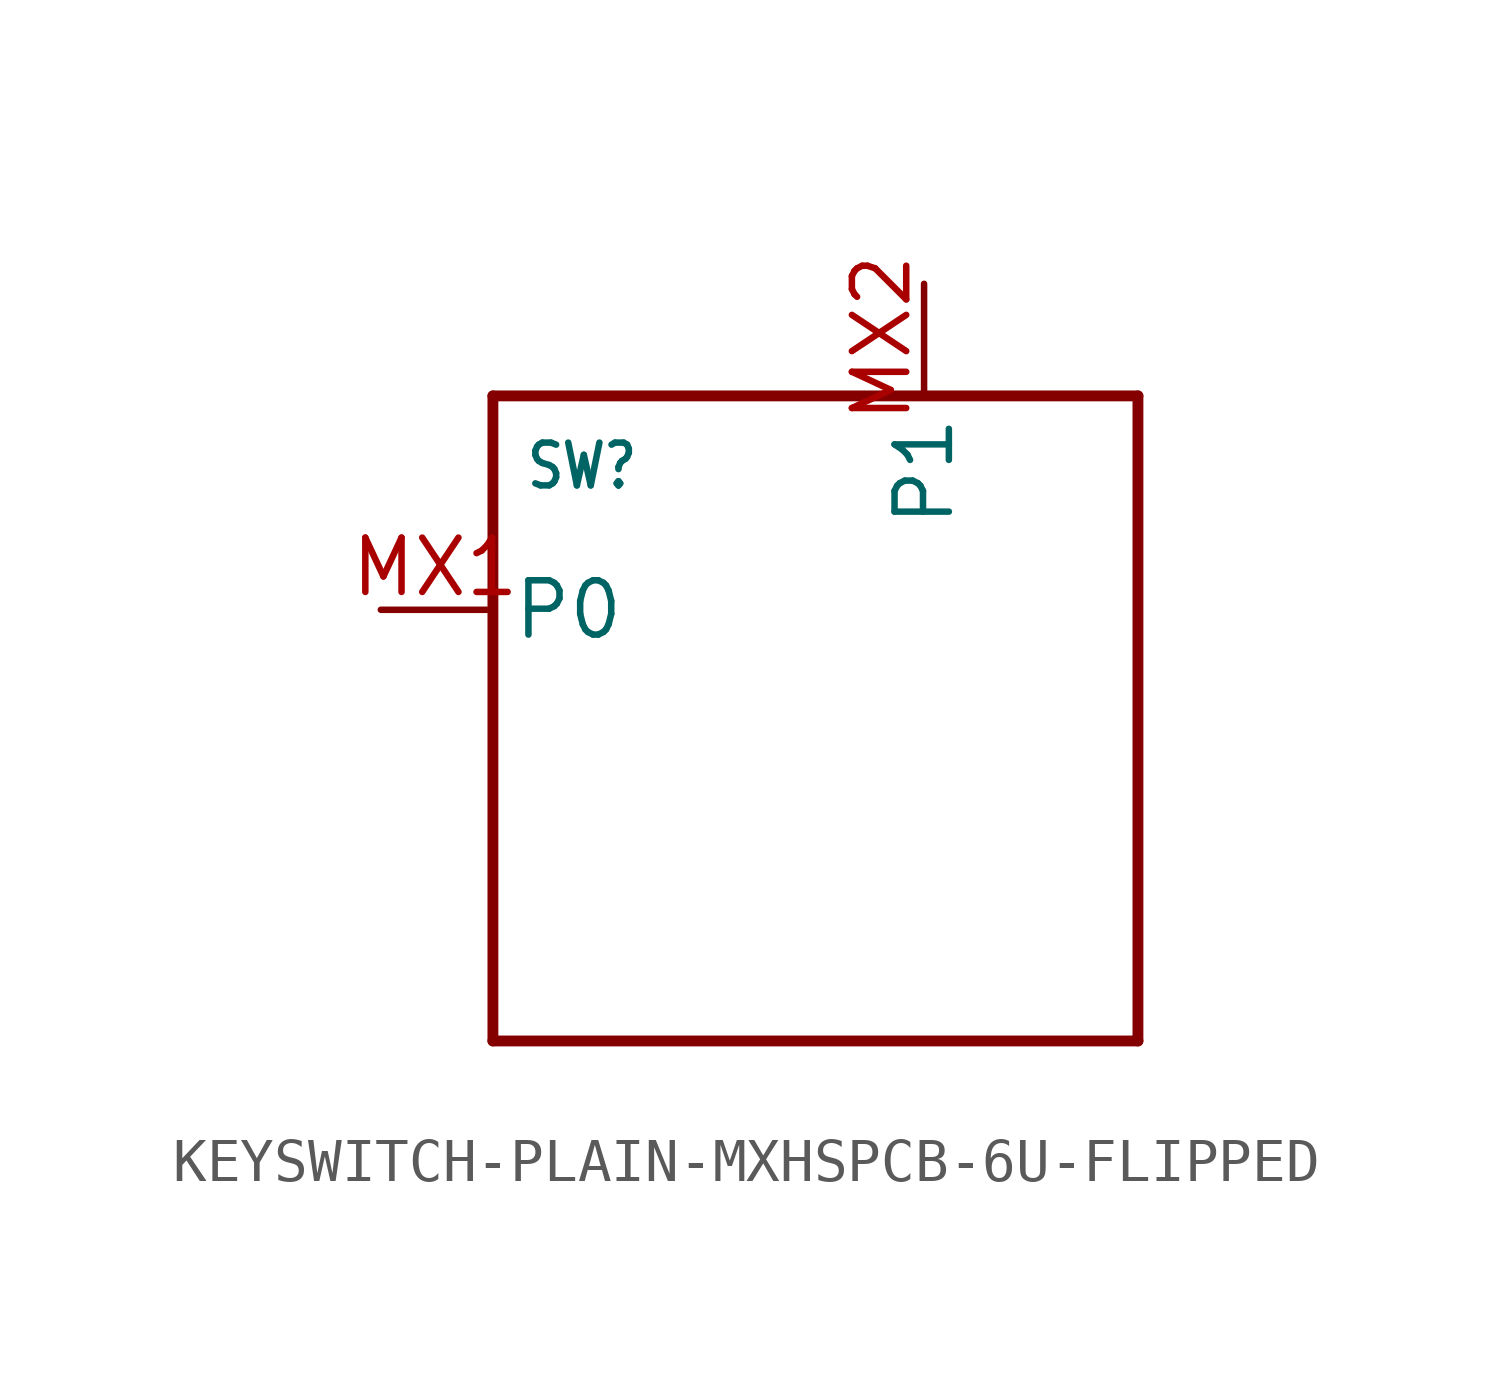
<source format=kicad_sym>
(kicad_symbol_lib
  (version 20211014)
  (generator kicad_symbol_editor)
  (symbol "KEYSWITCH-PLAIN-MXHSPCB-6U-FLIPPED"
    (property "Reference" "SW"
      (at -6.81 5.318 0)
      (effects (font (size 1 0.85)) (justify left bottom)))
    (property "ki_locked" ""
      (at 0 0 0)
      (effects (font (size 1.27 1.27))))
    (symbol "KEYSWITCH-PLAIN-MXHSPCB-6U-FLIPPED_1_0"
      (polyline (pts (xy -7.54 -7.54) (xy -7.54 7.54)) (stroke (width 0.254) (type default) (color 0 0 0 0)) (fill (type none)))
      (polyline (pts (xy -7.54 7.54) (xy 7.54 7.54)) (stroke (width 0.254) (type default) (color 0 0 0 0)) (fill (type none)))
      (polyline (pts (xy 7.54 -7.54) (xy -7.54 -7.54)) (stroke (width 0.254) (type default) (color 0 0 0 0)) (fill (type none)))
      (polyline (pts (xy 7.54 7.54) (xy 7.54 -7.54)) (stroke (width 0.254) (type default) (color 0 0 0 0)) (fill (type none)))
      (pin bidirectional line (at -10.16 2.54 0) (length 2.54) (name "P0" (effects (font (size 1.27 1.27)))) (number "MX1" (effects (font (size 1.27 1.27)))))
      (pin bidirectional line (at 2.54 10.16 270) (length 2.54) (name "P1" (effects (font (size 1.27 1.27)))) (number "MX2" (effects (font (size 1.27 1.27))))))))
</source>
